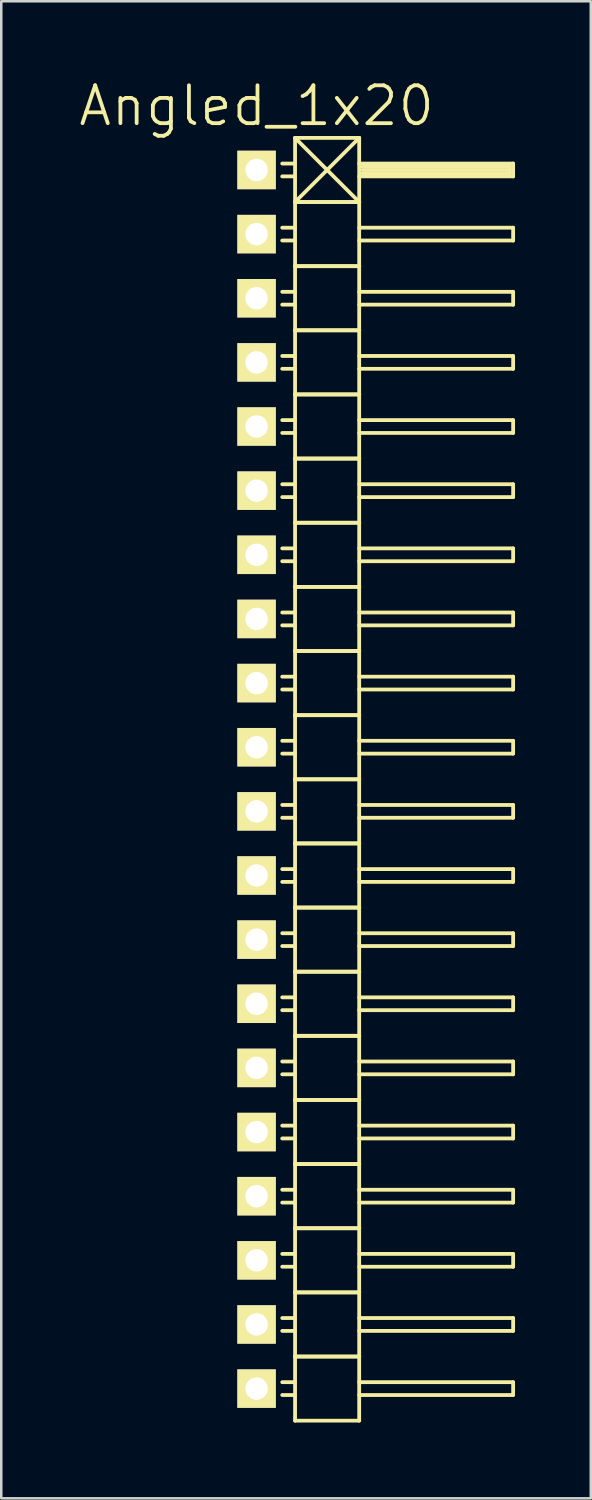
<source format=kicad_pcb>
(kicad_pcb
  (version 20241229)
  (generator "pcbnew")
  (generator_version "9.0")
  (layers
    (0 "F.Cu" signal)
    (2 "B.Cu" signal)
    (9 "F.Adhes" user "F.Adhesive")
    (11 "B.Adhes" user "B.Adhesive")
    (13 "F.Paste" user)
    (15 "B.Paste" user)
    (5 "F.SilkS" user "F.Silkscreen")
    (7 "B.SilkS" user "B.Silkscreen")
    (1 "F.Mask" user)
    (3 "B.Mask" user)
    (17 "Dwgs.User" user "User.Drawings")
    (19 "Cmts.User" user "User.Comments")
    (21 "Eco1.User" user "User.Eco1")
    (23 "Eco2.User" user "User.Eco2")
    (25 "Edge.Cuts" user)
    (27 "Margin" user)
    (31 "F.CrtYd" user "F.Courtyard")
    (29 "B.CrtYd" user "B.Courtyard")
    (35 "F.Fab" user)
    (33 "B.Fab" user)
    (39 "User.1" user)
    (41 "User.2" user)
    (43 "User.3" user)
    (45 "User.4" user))
  (footprint "Angled_1x20"
    (layer "F.Cu")
    (at 7.111 27.811)
    (property "Reference" "Angled_1x20" (at 0 -26.67 0) (layer "F.SilkS") (effects (font (size 1.5 1.5) (thickness 0.15))))
    (attr through_hole)
    (fp_line (start 1.524 -25.4) (end 1.524 -22.86) (stroke (width 0.15) (type solid)) (layer "F.SilkS"))
    (fp_line (start 1.524 -25.4) (end 4.064 -25.4) (stroke (width 0.15) (type solid)) (layer "F.SilkS"))
    (fp_line (start 1.524 -24.384) (end 1.016 -24.384) (stroke (width 0.15) (type solid)) (layer "F.SilkS"))
    (fp_line (start 1.524 -23.876) (end 1.016 -23.876) (stroke (width 0.15) (type solid)) (layer "F.SilkS"))
    (fp_line (start 1.524 -22.86) (end 1.524 -20.32) (stroke (width 0.15) (type solid)) (layer "F.SilkS"))
    (fp_line (start 1.524 -22.86) (end 4.064 -22.86) (stroke (width 0.15) (type solid)) (layer "F.SilkS"))
    (fp_line (start 1.524 -22.86) (end 4.064 -22.86) (stroke (width 0.15) (type solid)) (layer "F.SilkS"))
    (fp_line (start 1.524 -21.844) (end 1.016 -21.844) (stroke (width 0.15) (type solid)) (layer "F.SilkS"))
    (fp_line (start 1.524 -21.336) (end 1.016 -21.336) (stroke (width 0.15) (type solid)) (layer "F.SilkS"))
    (fp_line (start 1.524 -20.32) (end 1.524 -17.78) (stroke (width 0.15) (type solid)) (layer "F.SilkS"))
    (fp_line (start 1.524 -20.32) (end 4.064 -20.32) (stroke (width 0.15) (type solid)) (layer "F.SilkS"))
    (fp_line (start 1.524 -20.32) (end 4.064 -20.32) (stroke (width 0.15) (type solid)) (layer "F.SilkS"))
    (fp_line (start 1.524 -19.304) (end 1.016 -19.304) (stroke (width 0.15) (type solid)) (layer "F.SilkS"))
    (fp_line (start 1.524 -18.796) (end 1.016 -18.796) (stroke (width 0.15) (type solid)) (layer "F.SilkS"))
    (fp_line (start 1.524 -17.78) (end 1.524 -15.24) (stroke (width 0.15) (type solid)) (layer "F.SilkS"))
    (fp_line (start 1.524 -17.78) (end 4.064 -17.78) (stroke (width 0.15) (type solid)) (layer "F.SilkS"))
    (fp_line (start 1.524 -17.78) (end 4.064 -17.78) (stroke (width 0.15) (type solid)) (layer "F.SilkS"))
    (fp_line (start 1.524 -16.764) (end 1.016 -16.764) (stroke (width 0.15) (type solid)) (layer "F.SilkS"))
    (fp_line (start 1.524 -16.256) (end 1.016 -16.256) (stroke (width 0.15) (type solid)) (layer "F.SilkS"))
    (fp_line (start 1.524 -15.24) (end 1.524 -12.7) (stroke (width 0.15) (type solid)) (layer "F.SilkS"))
    (fp_line (start 1.524 -15.24) (end 4.064 -15.24) (stroke (width 0.15) (type solid)) (layer "F.SilkS"))
    (fp_line (start 1.524 -15.24) (end 4.064 -15.24) (stroke (width 0.15) (type solid)) (layer "F.SilkS"))
    (fp_line (start 1.524 -14.224) (end 1.016 -14.224) (stroke (width 0.15) (type solid)) (layer "F.SilkS"))
    (fp_line (start 1.524 -13.716) (end 1.016 -13.716) (stroke (width 0.15) (type solid)) (layer "F.SilkS"))
    (fp_line (start 1.524 -12.7) (end 1.524 -10.16) (stroke (width 0.15) (type solid)) (layer "F.SilkS"))
    (fp_line (start 1.524 -12.7) (end 4.064 -12.7) (stroke (width 0.15) (type solid)) (layer "F.SilkS"))
    (fp_line (start 1.524 -12.7) (end 4.064 -12.7) (stroke (width 0.15) (type solid)) (layer "F.SilkS"))
    (fp_line (start 1.524 -11.684) (end 1.016 -11.684) (stroke (width 0.15) (type solid)) (layer "F.SilkS"))
    (fp_line (start 1.524 -11.176) (end 1.016 -11.176) (stroke (width 0.15) (type solid)) (layer "F.SilkS"))
    (fp_line (start 1.524 -10.16) (end 1.524 -7.62) (stroke (width 0.15) (type solid)) (layer "F.SilkS"))
    (fp_line (start 1.524 -10.16) (end 4.064 -10.16) (stroke (width 0.15) (type solid)) (layer "F.SilkS"))
    (fp_line (start 1.524 -10.16) (end 4.064 -10.16) (stroke (width 0.15) (type solid)) (layer "F.SilkS"))
    (fp_line (start 1.524 -9.144) (end 1.016 -9.144) (stroke (width 0.15) (type solid)) (layer "F.SilkS"))
    (fp_line (start 1.524 -8.636) (end 1.016 -8.636) (stroke (width 0.15) (type solid)) (layer "F.SilkS"))
    (fp_line (start 1.524 -7.62) (end 1.524 -5.08) (stroke (width 0.15) (type solid)) (layer "F.SilkS"))
    (fp_line (start 1.524 -7.62) (end 4.064 -7.62) (stroke (width 0.15) (type solid)) (layer "F.SilkS"))
    (fp_line (start 1.524 -7.62) (end 4.064 -7.62) (stroke (width 0.15) (type solid)) (layer "F.SilkS"))
    (fp_line (start 1.524 -6.604) (end 1.016 -6.604) (stroke (width 0.15) (type solid)) (layer "F.SilkS"))
    (fp_line (start 1.524 -6.096) (end 1.016 -6.096) (stroke (width 0.15) (type solid)) (layer "F.SilkS"))
    (fp_line (start 1.524 -5.08) (end 1.524 -2.54) (stroke (width 0.15) (type solid)) (layer "F.SilkS"))
    (fp_line (start 1.524 -5.08) (end 4.064 -5.08) (stroke (width 0.15) (type solid)) (layer "F.SilkS"))
    (fp_line (start 1.524 -5.08) (end 4.064 -5.08) (stroke (width 0.15) (type solid)) (layer "F.SilkS"))
    (fp_line (start 1.524 -4.064) (end 1.016 -4.064) (stroke (width 0.15) (type solid)) (layer "F.SilkS"))
    (fp_line (start 1.524 -3.556) (end 1.016 -3.556) (stroke (width 0.15) (type solid)) (layer "F.SilkS"))
    (fp_line (start 1.524 -2.54) (end 1.524 0) (stroke (width 0.15) (type solid)) (layer "F.SilkS"))
    (fp_line (start 1.524 -2.54) (end 4.064 -2.54) (stroke (width 0.15) (type solid)) (layer "F.SilkS"))
    (fp_line (start 1.524 -2.54) (end 4.064 -2.54) (stroke (width 0.15) (type solid)) (layer "F.SilkS"))
    (fp_line (start 1.524 -1.524) (end 1.016 -1.524) (stroke (width 0.15) (type solid)) (layer "F.SilkS"))
    (fp_line (start 1.524 -1.016) (end 1.016 -1.016) (stroke (width 0.15) (type solid)) (layer "F.SilkS"))
    (fp_line (start 1.524 0) (end 1.524 2.54) (stroke (width 0.15) (type solid)) (layer "F.SilkS"))
    (fp_line (start 1.524 0) (end 4.064 0) (stroke (width 0.15) (type solid)) (layer "F.SilkS"))
    (fp_line (start 1.524 0) (end 4.064 0) (stroke (width 0.15) (type solid)) (layer "F.SilkS"))
    (fp_line (start 1.524 1.016) (end 1.016 1.016) (stroke (width 0.15) (type solid)) (layer "F.SilkS"))
    (fp_line (start 1.524 1.524) (end 1.016 1.524) (stroke (width 0.15) (type solid)) (layer "F.SilkS"))
    (fp_line (start 1.524 2.54) (end 1.524 5.08) (stroke (width 0.15) (type solid)) (layer "F.SilkS"))
    (fp_line (start 1.524 2.54) (end 4.064 2.54) (stroke (width 0.15) (type solid)) (layer "F.SilkS"))
    (fp_line (start 1.524 2.54) (end 4.064 2.54) (stroke (width 0.15) (type solid)) (layer "F.SilkS"))
    (fp_line (start 1.524 3.556) (end 1.016 3.556) (stroke (width 0.15) (type solid)) (layer "F.SilkS"))
    (fp_line (start 1.524 4.064) (end 1.016 4.064) (stroke (width 0.15) (type solid)) (layer "F.SilkS"))
    (fp_line (start 1.524 5.08) (end 1.524 7.62) (stroke (width 0.15) (type solid)) (layer "F.SilkS"))
    (fp_line (start 1.524 5.08) (end 4.064 5.08) (stroke (width 0.15) (type solid)) (layer "F.SilkS"))
    (fp_line (start 1.524 5.08) (end 4.064 5.08) (stroke (width 0.15) (type solid)) (layer "F.SilkS"))
    (fp_line (start 1.524 6.096) (end 1.016 6.096) (stroke (width 0.15) (type solid)) (layer "F.SilkS"))
    (fp_line (start 1.524 6.604) (end 1.016 6.604) (stroke (width 0.15) (type solid)) (layer "F.SilkS"))
    (fp_line (start 1.524 7.62) (end 1.524 10.16) (stroke (width 0.15) (type solid)) (layer "F.SilkS"))
    (fp_line (start 1.524 7.62) (end 4.064 7.62) (stroke (width 0.15) (type solid)) (layer "F.SilkS"))
    (fp_line (start 1.524 7.62) (end 4.064 7.62) (stroke (width 0.15) (type solid)) (layer "F.SilkS"))
    (fp_line (start 1.524 8.636) (end 1.016 8.636) (stroke (width 0.15) (type solid)) (layer "F.SilkS"))
    (fp_line (start 1.524 9.144) (end 1.016 9.144) (stroke (width 0.15) (type solid)) (layer "F.SilkS"))
    (fp_line (start 1.524 10.16) (end 1.524 12.7) (stroke (width 0.15) (type solid)) (layer "F.SilkS"))
    (fp_line (start 1.524 10.16) (end 4.064 10.16) (stroke (width 0.15) (type solid)) (layer "F.SilkS"))
    (fp_line (start 1.524 10.16) (end 4.064 10.16) (stroke (width 0.15) (type solid)) (layer "F.SilkS"))
    (fp_line (start 1.524 11.176) (end 1.016 11.176) (stroke (width 0.15) (type solid)) (layer "F.SilkS"))
    (fp_line (start 1.524 11.684) (end 1.016 11.684) (stroke (width 0.15) (type solid)) (layer "F.SilkS"))
    (fp_line (start 1.524 12.7) (end 1.524 15.24) (stroke (width 0.15) (type solid)) (layer "F.SilkS"))
    (fp_line (start 1.524 12.7) (end 4.064 12.7) (stroke (width 0.15) (type solid)) (layer "F.SilkS"))
    (fp_line (start 1.524 12.7) (end 4.064 12.7) (stroke (width 0.15) (type solid)) (layer "F.SilkS"))
    (fp_line (start 1.524 13.716) (end 1.016 13.716) (stroke (width 0.15) (type solid)) (layer "F.SilkS"))
    (fp_line (start 1.524 14.224) (end 1.016 14.224) (stroke (width 0.15) (type solid)) (layer "F.SilkS"))
    (fp_line (start 1.524 15.24) (end 1.524 17.78) (stroke (width 0.15) (type solid)) (layer "F.SilkS"))
    (fp_line (start 1.524 15.24) (end 4.064 15.24) (stroke (width 0.15) (type solid)) (layer "F.SilkS"))
    (fp_line (start 1.524 15.24) (end 4.064 15.24) (stroke (width 0.15) (type solid)) (layer "F.SilkS"))
    (fp_line (start 1.524 16.256) (end 1.016 16.256) (stroke (width 0.15) (type solid)) (layer "F.SilkS"))
    (fp_line (start 1.524 16.764) (end 1.016 16.764) (stroke (width 0.15) (type solid)) (layer "F.SilkS"))
    (fp_line (start 1.524 17.78) (end 1.524 20.32) (stroke (width 0.15) (type solid)) (layer "F.SilkS"))
    (fp_line (start 1.524 17.78) (end 4.064 17.78) (stroke (width 0.15) (type solid)) (layer "F.SilkS"))
    (fp_line (start 1.524 17.78) (end 4.064 17.78) (stroke (width 0.15) (type solid)) (layer "F.SilkS"))
    (fp_line (start 1.524 18.796) (end 1.016 18.796) (stroke (width 0.15) (type solid)) (layer "F.SilkS"))
    (fp_line (start 1.524 19.304) (end 1.016 19.304) (stroke (width 0.15) (type solid)) (layer "F.SilkS"))
    (fp_line (start 1.524 20.32) (end 1.524 22.86) (stroke (width 0.15) (type solid)) (layer "F.SilkS"))
    (fp_line (start 1.524 20.32) (end 4.064 20.32) (stroke (width 0.15) (type solid)) (layer "F.SilkS"))
    (fp_line (start 1.524 20.32) (end 4.064 20.32) (stroke (width 0.15) (type solid)) (layer "F.SilkS"))
    (fp_line (start 1.524 21.336) (end 1.016 21.336) (stroke (width 0.15) (type solid)) (layer "F.SilkS"))
    (fp_line (start 1.524 21.844) (end 1.016 21.844) (stroke (width 0.15) (type solid)) (layer "F.SilkS"))
    (fp_line (start 1.524 22.86) (end 1.524 25.4) (stroke (width 0.15) (type solid)) (layer "F.SilkS"))
    (fp_line (start 1.524 22.86) (end 4.064 22.86) (stroke (width 0.15) (type solid)) (layer "F.SilkS"))
    (fp_line (start 1.524 22.86) (end 4.064 22.86) (stroke (width 0.15) (type solid)) (layer "F.SilkS"))
    (fp_line (start 1.524 23.876) (end 1.016 23.876) (stroke (width 0.15) (type solid)) (layer "F.SilkS"))
    (fp_line (start 1.524 24.384) (end 1.016 24.384) (stroke (width 0.15) (type solid)) (layer "F.SilkS"))
    (fp_line (start 1.524 25.4) (end 4.064 25.4) (stroke (width 0.15) (type solid)) (layer "F.SilkS"))
    (fp_line (start 4.064 -25.4) (end 1.524 -22.86) (stroke (width 0.15) (type solid)) (layer "F.SilkS"))
    (fp_line (start 4.064 -24.384) (end 10.16 -24.384) (stroke (width 0.15) (type solid)) (layer "F.SilkS"))
    (fp_line (start 4.064 -22.86) (end 1.524 -25.4) (stroke (width 0.15) (type solid)) (layer "F.SilkS"))
    (fp_line (start 4.064 -22.86) (end 4.064 -25.4) (stroke (width 0.15) (type solid)) (layer "F.SilkS"))
    (fp_line (start 4.064 -21.844) (end 10.16 -21.844) (stroke (width 0.15) (type solid)) (layer "F.SilkS"))
    (fp_line (start 4.064 -20.32) (end 4.064 -22.86) (stroke (width 0.15) (type solid)) (layer "F.SilkS"))
    (fp_line (start 4.064 -19.304) (end 10.16 -19.304) (stroke (width 0.15) (type solid)) (layer "F.SilkS"))
    (fp_line (start 4.064 -17.78) (end 4.064 -20.32) (stroke (width 0.15) (type solid)) (layer "F.SilkS"))
    (fp_line (start 4.064 -16.764) (end 10.16 -16.764) (stroke (width 0.15) (type solid)) (layer "F.SilkS"))
    (fp_line (start 4.064 -15.24) (end 4.064 -17.78) (stroke (width 0.15) (type solid)) (layer "F.SilkS"))
    (fp_line (start 4.064 -14.224) (end 10.16 -14.224) (stroke (width 0.15) (type solid)) (layer "F.SilkS"))
    (fp_line (start 4.064 -12.7) (end 4.064 -15.24) (stroke (width 0.15) (type solid)) (layer "F.SilkS"))
    (fp_line (start 4.064 -11.684) (end 10.16 -11.684) (stroke (width 0.15) (type solid)) (layer "F.SilkS"))
    (fp_line (start 4.064 -10.16) (end 4.064 -12.7) (stroke (width 0.15) (type solid)) (layer "F.SilkS"))
    (fp_line (start 4.064 -9.144) (end 10.16 -9.144) (stroke (width 0.15) (type solid)) (layer "F.SilkS"))
    (fp_line (start 4.064 -7.62) (end 4.064 -10.16) (stroke (width 0.15) (type solid)) (layer "F.SilkS"))
    (fp_line (start 4.064 -6.604) (end 10.16 -6.604) (stroke (width 0.15) (type solid)) (layer "F.SilkS"))
    (fp_line (start 4.064 -5.08) (end 4.064 -7.62) (stroke (width 0.15) (type solid)) (layer "F.SilkS"))
    (fp_line (start 4.064 -4.064) (end 10.16 -4.064) (stroke (width 0.15) (type solid)) (layer "F.SilkS"))
    (fp_line (start 4.064 -2.54) (end 4.064 -5.08) (stroke (width 0.15) (type solid)) (layer "F.SilkS"))
    (fp_line (start 4.064 -1.524) (end 10.16 -1.524) (stroke (width 0.15) (type solid)) (layer "F.SilkS"))
    (fp_line (start 4.064 0) (end 4.064 -2.54) (stroke (width 0.15) (type solid)) (layer "F.SilkS"))
    (fp_line (start 4.064 1.016) (end 10.16 1.016) (stroke (width 0.15) (type solid)) (layer "F.SilkS"))
    (fp_line (start 4.064 2.54) (end 4.064 0) (stroke (width 0.15) (type solid)) (layer "F.SilkS"))
    (fp_line (start 4.064 3.556) (end 10.16 3.556) (stroke (width 0.15) (type solid)) (layer "F.SilkS"))
    (fp_line (start 4.064 5.08) (end 4.064 2.54) (stroke (width 0.15) (type solid)) (layer "F.SilkS"))
    (fp_line (start 4.064 6.096) (end 10.16 6.096) (stroke (width 0.15) (type solid)) (layer "F.SilkS"))
    (fp_line (start 4.064 7.62) (end 4.064 5.08) (stroke (width 0.15) (type solid)) (layer "F.SilkS"))
    (fp_line (start 4.064 8.636) (end 10.16 8.636) (stroke (width 0.15) (type solid)) (layer "F.SilkS"))
    (fp_line (start 4.064 10.16) (end 4.064 7.62) (stroke (width 0.15) (type solid)) (layer "F.SilkS"))
    (fp_line (start 4.064 11.176) (end 10.16 11.176) (stroke (width 0.15) (type solid)) (layer "F.SilkS"))
    (fp_line (start 4.064 12.7) (end 4.064 10.16) (stroke (width 0.15) (type solid)) (layer "F.SilkS"))
    (fp_line (start 4.064 13.716) (end 10.16 13.716) (stroke (width 0.15) (type solid)) (layer "F.SilkS"))
    (fp_line (start 4.064 15.24) (end 4.064 12.7) (stroke (width 0.15) (type solid)) (layer "F.SilkS"))
    (fp_line (start 4.064 16.256) (end 10.16 16.256) (stroke (width 0.15) (type solid)) (layer "F.SilkS"))
    (fp_line (start 4.064 17.78) (end 4.064 15.24) (stroke (width 0.15) (type solid)) (layer "F.SilkS"))
    (fp_line (start 4.064 18.796) (end 10.16 18.796) (stroke (width 0.15) (type solid)) (layer "F.SilkS"))
    (fp_line (start 4.064 20.32) (end 4.064 17.78) (stroke (width 0.15) (type solid)) (layer "F.SilkS"))
    (fp_line (start 4.064 21.336) (end 10.16 21.336) (stroke (width 0.15) (type solid)) (layer "F.SilkS"))
    (fp_line (start 4.064 22.86) (end 4.064 20.32) (stroke (width 0.15) (type solid)) (layer "F.SilkS"))
    (fp_line (start 4.064 23.876) (end 10.16 23.876) (stroke (width 0.15) (type solid)) (layer "F.SilkS"))
    (fp_line (start 4.064 25.4) (end 4.064 22.86) (stroke (width 0.15) (type solid)) (layer "F.SilkS"))
    (fp_line (start 4.191 -24.257) (end 10.033 -24.257) (stroke (width 0.15) (type solid)) (layer "F.SilkS"))
    (fp_line (start 4.191 -24.13) (end 10.033 -24.13) (stroke (width 0.15) (type solid)) (layer "F.SilkS"))
    (fp_line (start 10.033 -24.257) (end 10.033 -24.003) (stroke (width 0.15) (type solid)) (layer "F.SilkS"))
    (fp_line (start 10.033 -24.003) (end 4.191 -24.003) (stroke (width 0.15) (type solid)) (layer "F.SilkS"))
    (fp_line (start 10.16 -24.384) (end 10.16 -23.876) (stroke (width 0.15) (type solid)) (layer "F.SilkS"))
    (fp_line (start 10.16 -23.876) (end 4.064 -23.876) (stroke (width 0.15) (type solid)) (layer "F.SilkS"))
    (fp_line (start 10.16 -21.844) (end 10.16 -21.336) (stroke (width 0.15) (type solid)) (layer "F.SilkS"))
    (fp_line (start 10.16 -21.336) (end 4.064 -21.336) (stroke (width 0.15) (type solid)) (layer "F.SilkS"))
    (fp_line (start 10.16 -19.304) (end 10.16 -18.796) (stroke (width 0.15) (type solid)) (layer "F.SilkS"))
    (fp_line (start 10.16 -18.796) (end 4.064 -18.796) (stroke (width 0.15) (type solid)) (layer "F.SilkS"))
    (fp_line (start 10.16 -16.764) (end 10.16 -16.256) (stroke (width 0.15) (type solid)) (layer "F.SilkS"))
    (fp_line (start 10.16 -16.256) (end 4.064 -16.256) (stroke (width 0.15) (type solid)) (layer "F.SilkS"))
    (fp_line (start 10.16 -14.224) (end 10.16 -13.716) (stroke (width 0.15) (type solid)) (layer "F.SilkS"))
    (fp_line (start 10.16 -13.716) (end 4.064 -13.716) (stroke (width 0.15) (type solid)) (layer "F.SilkS"))
    (fp_line (start 10.16 -11.684) (end 10.16 -11.176) (stroke (width 0.15) (type solid)) (layer "F.SilkS"))
    (fp_line (start 10.16 -11.176) (end 4.064 -11.176) (stroke (width 0.15) (type solid)) (layer "F.SilkS"))
    (fp_line (start 10.16 -9.144) (end 10.16 -8.636) (stroke (width 0.15) (type solid)) (layer "F.SilkS"))
    (fp_line (start 10.16 -8.636) (end 4.064 -8.636) (stroke (width 0.15) (type solid)) (layer "F.SilkS"))
    (fp_line (start 10.16 -6.604) (end 10.16 -6.096) (stroke (width 0.15) (type solid)) (layer "F.SilkS"))
    (fp_line (start 10.16 -6.096) (end 4.064 -6.096) (stroke (width 0.15) (type solid)) (layer "F.SilkS"))
    (fp_line (start 10.16 -4.064) (end 10.16 -3.556) (stroke (width 0.15) (type solid)) (layer "F.SilkS"))
    (fp_line (start 10.16 -3.556) (end 4.064 -3.556) (stroke (width 0.15) (type solid)) (layer "F.SilkS"))
    (fp_line (start 10.16 -1.524) (end 10.16 -1.016) (stroke (width 0.15) (type solid)) (layer "F.SilkS"))
    (fp_line (start 10.16 -1.016) (end 4.064 -1.016) (stroke (width 0.15) (type solid)) (layer "F.SilkS"))
    (fp_line (start 10.16 1.016) (end 10.16 1.524) (stroke (width 0.15) (type solid)) (layer "F.SilkS"))
    (fp_line (start 10.16 1.524) (end 4.064 1.524) (stroke (width 0.15) (type solid)) (layer "F.SilkS"))
    (fp_line (start 10.16 3.556) (end 10.16 4.064) (stroke (width 0.15) (type solid)) (layer "F.SilkS"))
    (fp_line (start 10.16 4.064) (end 4.064 4.064) (stroke (width 0.15) (type solid)) (layer "F.SilkS"))
    (fp_line (start 10.16 6.096) (end 10.16 6.604) (stroke (width 0.15) (type solid)) (layer "F.SilkS"))
    (fp_line (start 10.16 6.604) (end 4.064 6.604) (stroke (width 0.15) (type solid)) (layer "F.SilkS"))
    (fp_line (start 10.16 8.636) (end 10.16 9.144) (stroke (width 0.15) (type solid)) (layer "F.SilkS"))
    (fp_line (start 10.16 9.144) (end 4.064 9.144) (stroke (width 0.15) (type solid)) (layer "F.SilkS"))
    (fp_line (start 10.16 11.176) (end 10.16 11.684) (stroke (width 0.15) (type solid)) (layer "F.SilkS"))
    (fp_line (start 10.16 11.684) (end 4.064 11.684) (stroke (width 0.15) (type solid)) (layer "F.SilkS"))
    (fp_line (start 10.16 13.716) (end 10.16 14.224) (stroke (width 0.15) (type solid)) (layer "F.SilkS"))
    (fp_line (start 10.16 14.224) (end 4.064 14.224) (stroke (width 0.15) (type solid)) (layer "F.SilkS"))
    (fp_line (start 10.16 16.256) (end 10.16 16.764) (stroke (width 0.15) (type solid)) (layer "F.SilkS"))
    (fp_line (start 10.16 16.764) (end 4.064 16.764) (stroke (width 0.15) (type solid)) (layer "F.SilkS"))
    (fp_line (start 10.16 18.796) (end 10.16 19.304) (stroke (width 0.15) (type solid)) (layer "F.SilkS"))
    (fp_line (start 10.16 19.304) (end 4.064 19.304) (stroke (width 0.15) (type solid)) (layer "F.SilkS"))
    (fp_line (start 10.16 21.336) (end 10.16 21.844) (stroke (width 0.15) (type solid)) (layer "F.SilkS"))
    (fp_line (start 10.16 21.844) (end 4.064 21.844) (stroke (width 0.15) (type solid)) (layer "F.SilkS"))
    (fp_line (start 10.16 23.876) (end 10.16 24.384) (stroke (width 0.15) (type solid)) (layer "F.SilkS"))
    (fp_line (start 10.16 24.384) (end 4.064 24.384) (stroke (width 0.15) (type solid)) (layer "F.SilkS"))
    (pad "1" thru_hole rect (at 0 -24.13) (size 1.524 1.524) (drill 0.889) (layers "*.Cu" "*.Mask" "F.SilkS"))
    (pad "2" thru_hole rect (at 0 -21.59) (size 1.524 1.524) (drill 0.889) (layers "*.Cu" "*.Mask" "F.SilkS"))
    (pad "3" thru_hole rect (at 0 -19.05) (size 1.524 1.524) (drill 0.889) (layers "*.Cu" "*.Mask" "F.SilkS"))
    (pad "4" thru_hole rect (at 0 -16.51) (size 1.524 1.524) (drill 0.889) (layers "*.Cu" "*.Mask" "F.SilkS"))
    (pad "5" thru_hole rect (at 0 -13.97) (size 1.524 1.524) (drill 0.889) (layers "*.Cu" "*.Mask" "F.SilkS"))
    (pad "6" thru_hole rect (at 0 -11.43) (size 1.524 1.524) (drill 0.889) (layers "*.Cu" "*.Mask" "F.SilkS"))
    (pad "7" thru_hole rect (at 0 -8.89) (size 1.524 1.524) (drill 0.889) (layers "*.Cu" "*.Mask" "F.SilkS"))
    (pad "8" thru_hole rect (at 0 -6.35) (size 1.524 1.524) (drill 0.889) (layers "*.Cu" "*.Mask" "F.SilkS"))
    (pad "9" thru_hole rect (at 0 -3.81) (size 1.524 1.524) (drill 0.889) (layers "*.Cu" "*.Mask" "F.SilkS"))
    (pad "10" thru_hole rect (at 0 -1.27) (size 1.524 1.524) (drill 0.889) (layers "*.Cu" "*.Mask" "F.SilkS"))
    (pad "11" thru_hole rect (at 0 1.27) (size 1.524 1.524) (drill 0.889) (layers "*.Cu" "*.Mask" "F.SilkS"))
    (pad "12" thru_hole rect (at 0 3.81) (size 1.524 1.524) (drill 0.889) (layers "*.Cu" "*.Mask" "F.SilkS"))
    (pad "13" thru_hole rect (at 0 6.35) (size 1.524 1.524) (drill 0.889) (layers "*.Cu" "*.Mask" "F.SilkS"))
    (pad "14" thru_hole rect (at 0 8.89) (size 1.524 1.524) (drill 0.889) (layers "*.Cu" "*.Mask" "F.SilkS"))
    (pad "15" thru_hole rect (at 0 11.43) (size 1.524 1.524) (drill 0.889) (layers "*.Cu" "*.Mask" "F.SilkS"))
    (pad "16" thru_hole rect (at 0 13.97) (size 1.524 1.524) (drill 0.889) (layers "*.Cu" "*.Mask" "F.SilkS"))
    (pad "17" thru_hole rect (at 0 16.51) (size 1.524 1.524) (drill 0.889) (layers "*.Cu" "*.Mask" "F.SilkS"))
    (pad "18" thru_hole rect (at 0 19.05) (size 1.524 1.524) (drill 0.889) (layers "*.Cu" "*.Mask" "F.SilkS"))
    (pad "19" thru_hole rect (at 0 21.59) (size 1.524 1.524) (drill 0.889) (layers "*.Cu" "*.Mask" "F.SilkS"))
    (pad "20" thru_hole rect (at 0 24.13) (size 1.524 1.524) (drill 0.889) (layers "*.Cu" "*.Mask" "F.SilkS")))
  (gr_rect
    (start -3 -3)
    (end 20.346 56.286)
    (stroke (width 0.1) (type default))
    (fill no)
    (layer "Edge.Cuts")))
</source>
